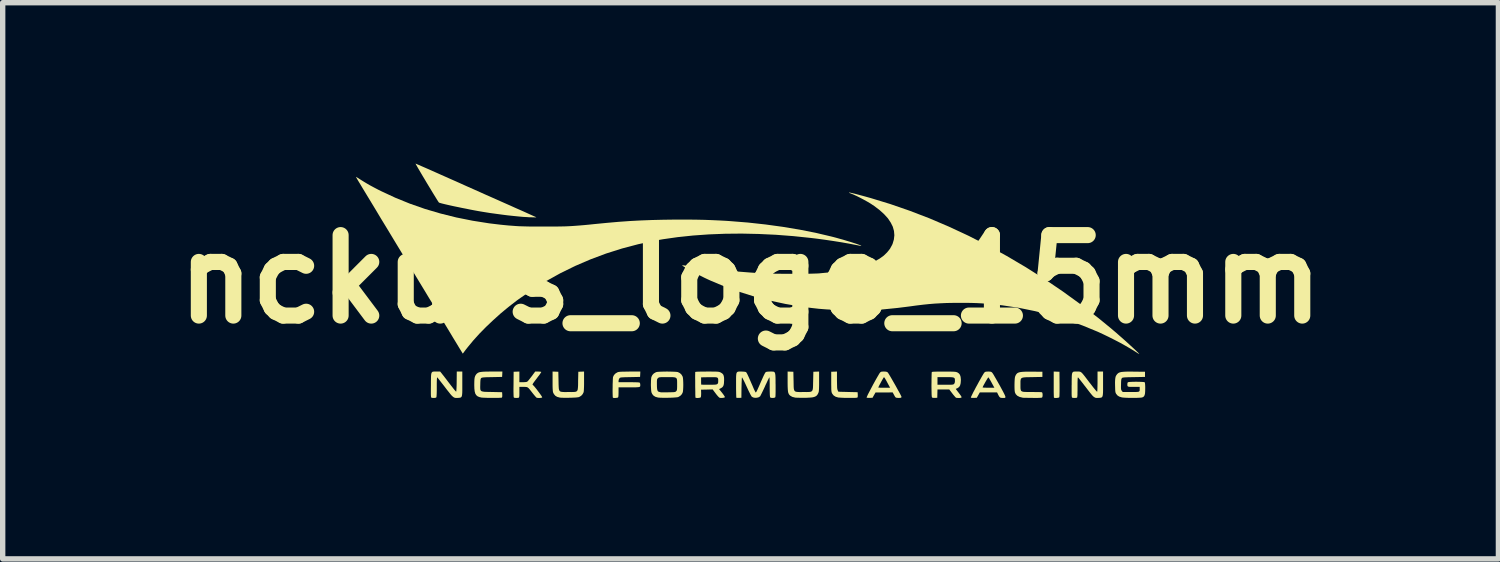
<source format=kicad_pcb>
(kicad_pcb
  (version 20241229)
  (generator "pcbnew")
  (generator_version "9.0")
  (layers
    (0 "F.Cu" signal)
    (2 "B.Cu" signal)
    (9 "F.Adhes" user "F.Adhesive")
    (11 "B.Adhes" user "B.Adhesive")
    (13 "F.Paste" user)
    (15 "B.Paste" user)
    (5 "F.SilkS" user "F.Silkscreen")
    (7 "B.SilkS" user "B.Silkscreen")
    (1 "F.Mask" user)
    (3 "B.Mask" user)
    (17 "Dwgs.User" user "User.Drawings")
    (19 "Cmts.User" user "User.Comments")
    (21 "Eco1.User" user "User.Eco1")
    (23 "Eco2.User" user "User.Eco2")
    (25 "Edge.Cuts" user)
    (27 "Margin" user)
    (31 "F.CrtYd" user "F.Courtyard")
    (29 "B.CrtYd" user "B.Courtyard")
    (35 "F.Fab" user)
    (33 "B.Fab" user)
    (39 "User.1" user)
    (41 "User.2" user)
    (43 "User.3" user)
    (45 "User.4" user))
  (footprint "nckufs_logo_15mm"
    (layer "F.Cu")
    (at 10.943 2.155)
    (property "Reference" "nckufs_logo_15mm" (at 0 0 0) (layer "F.SilkS") (effects (font (size 1.5 1.5) (thickness 0.3))))
    (attr board_only exclude_from_pos_files exclude_from_bom)
    (fp_poly (pts (xy 5.705 1.724) (xy 5.759 1.726) (xy 5.761 1.96) (xy 5.761 2.035) (xy 5.761 2.095) (xy 5.76 2.141) (xy 5.759 2.174) (xy 5.757 2.195) (xy 5.754 2.204) (xy 5.742 2.209) (xy 5.72 2.213) (xy 5.694 2.215) (xy 5.672 2.214) (xy 5.658 2.21) (xy 5.657 2.209) (xy 5.655 2.2) (xy 5.654 2.177) (xy 5.653 2.143) (xy 5.652 2.098) (xy 5.652 2.045) (xy 5.652 1.987) (xy 5.652 1.963) (xy 5.652 1.722)) (stroke (width 0) (type solid)) (fill yes) (layer "F.SilkS"))
    (fp_poly (pts (xy 1.611 1.881) (xy 1.612 1.941) (xy 1.613 1.987) (xy 1.614 2.022) (xy 1.617 2.046) (xy 1.621 2.063) (xy 1.623 2.068) (xy 1.631 2.086) (xy 1.636 2.096) (xy 1.637 2.097) (xy 1.645 2.098) (xy 1.667 2.099) (xy 1.7 2.1) (xy 1.742 2.101) (xy 1.791 2.102) (xy 1.818 2.103) (xy 1.996 2.107) (xy 1.999 2.154) (xy 1.999 2.186) (xy 1.994 2.204) (xy 1.991 2.208) (xy 1.979 2.21) (xy 1.955 2.212) (xy 1.92 2.213) (xy 1.878 2.213) (xy 1.832 2.213) (xy 1.785 2.213) (xy 1.739 2.212) (xy 1.697 2.21) (xy 1.663 2.208) (xy 1.639 2.206) (xy 1.636 2.206) (xy 1.587 2.192) (xy 1.549 2.168) (xy 1.522 2.134) (xy 1.522 2.132) (xy 1.516 2.121) (xy 1.512 2.11) (xy 1.509 2.096) (xy 1.507 2.077) (xy 1.505 2.051) (xy 1.505 2.016) (xy 1.504 1.969) (xy 1.504 1.913) (xy 1.504 1.726) (xy 1.558 1.724) (xy 1.611 1.722)) (stroke (width 0) (type solid)) (fill yes) (layer "F.SilkS"))
    (fp_poly (pts (xy -3.104 1.899) (xy -3.104 1.958) (xy -3.105 2.011) (xy -3.107 2.054) (xy -3.109 2.087) (xy -3.112 2.106) (xy -3.112 2.107) (xy -3.13 2.143) (xy -3.158 2.174) (xy -3.193 2.195) (xy -3.203 2.199) (xy -3.223 2.202) (xy -3.255 2.206) (xy -3.296 2.208) (xy -3.343 2.21) (xy -3.393 2.211) (xy -3.442 2.212) (xy -3.487 2.211) (xy -3.525 2.21) (xy -3.552 2.208) (xy -3.557 2.207) (xy -3.605 2.194) (xy -3.64 2.173) (xy -3.666 2.142) (xy -3.679 2.117) (xy -3.683 2.104) (xy -3.686 2.087) (xy -3.688 2.062) (xy -3.69 2.028) (xy -3.691 1.983) (xy -3.691 1.925) (xy -3.691 1.905) (xy -3.691 1.722) (xy -3.637 1.724) (xy -3.584 1.726) (xy -3.58 1.9) (xy -3.579 1.962) (xy -3.577 2.01) (xy -3.574 2.046) (xy -3.567 2.071) (xy -3.556 2.088) (xy -3.538 2.098) (xy -3.511 2.102) (xy -3.475 2.104) (xy -3.427 2.104) (xy -3.397 2.103) (xy -3.343 2.104) (xy -3.301 2.103) (xy -3.27 2.101) (xy -3.247 2.094) (xy -3.232 2.081) (xy -3.223 2.06) (xy -3.219 2.03) (xy -3.216 1.989) (xy -3.215 1.934) (xy -3.215 1.9) (xy -3.211 1.726) (xy -3.157 1.724) (xy -3.104 1.722)) (stroke (width 0) (type solid)) (fill yes) (layer "F.SilkS"))
    (fp_poly (pts (xy 1.278 1.907) (xy 1.278 1.967) (xy 1.277 2.014) (xy 1.276 2.049) (xy 1.274 2.075) (xy 1.272 2.095) (xy 1.268 2.109) (xy 1.264 2.121) (xy 1.263 2.123) (xy 1.249 2.15) (xy 1.233 2.17) (xy 1.212 2.185) (xy 1.185 2.196) (xy 1.149 2.204) (xy 1.102 2.208) (xy 1.042 2.211) (xy 1.012 2.211) (xy 0.963 2.212) (xy 0.916 2.211) (xy 0.875 2.21) (xy 0.844 2.209) (xy 0.829 2.207) (xy 0.778 2.194) (xy 0.74 2.172) (xy 0.727 2.16) (xy 0.716 2.146) (xy 0.708 2.13) (xy 0.701 2.11) (xy 0.697 2.084) (xy 0.694 2.049) (xy 0.692 2.004) (xy 0.691 1.946) (xy 0.691 1.903) (xy 0.691 1.722) (xy 0.744 1.724) (xy 0.798 1.726) (xy 0.802 1.9) (xy 0.803 1.962) (xy 0.804 2.01) (xy 0.807 2.046) (xy 0.814 2.071) (xy 0.826 2.088) (xy 0.844 2.098) (xy 0.87 2.102) (xy 0.907 2.104) (xy 0.954 2.104) (xy 0.984 2.103) (xy 1.039 2.104) (xy 1.081 2.103) (xy 1.112 2.101) (xy 1.134 2.094) (xy 1.149 2.081) (xy 1.158 2.06) (xy 1.163 2.03) (xy 1.165 1.989) (xy 1.166 1.934) (xy 1.167 1.9) (xy 1.171 1.726) (xy 1.224 1.724) (xy 1.278 1.722)) (stroke (width 0) (type solid)) (fill yes) (layer "F.SilkS"))
    (fp_poly (pts (xy -4.629 1.772) (xy -4.632 1.822) (xy -4.82 1.826) (xy -4.88 1.827) (xy -4.926 1.828) (xy -4.961 1.83) (xy -4.986 1.832) (xy -5.002 1.835) (xy -5.013 1.838) (xy -5.02 1.842) (xy -5.022 1.844) (xy -5.028 1.852) (xy -5.033 1.865) (xy -5.036 1.886) (xy -5.038 1.917) (xy -5.039 1.959) (xy -5.04 2) (xy -5.04 2.032) (xy -5.038 2.057) (xy -5.031 2.074) (xy -5.018 2.087) (xy -4.997 2.094) (xy -4.967 2.099) (xy -4.926 2.101) (xy -4.872 2.102) (xy -4.821 2.103) (xy -4.632 2.107) (xy -4.629 2.154) (xy -4.629 2.186) (xy -4.634 2.204) (xy -4.637 2.208) (xy -4.648 2.21) (xy -4.672 2.211) (xy -4.707 2.213) (xy -4.749 2.213) (xy -4.796 2.213) (xy -4.844 2.213) (xy -4.892 2.213) (xy -4.937 2.211) (xy -4.975 2.21) (xy -5.003 2.208) (xy -5.017 2.207) (xy -5.058 2.197) (xy -5.09 2.183) (xy -5.114 2.162) (xy -5.132 2.133) (xy -5.143 2.093) (xy -5.149 2.042) (xy -5.151 1.977) (xy -5.151 1.969) (xy -5.15 1.911) (xy -5.148 1.866) (xy -5.143 1.832) (xy -5.134 1.805) (xy -5.122 1.784) (xy -5.108 1.766) (xy -5.094 1.754) (xy -5.079 1.744) (xy -5.06 1.736) (xy -5.037 1.731) (xy -5.007 1.727) (xy -4.968 1.724) (xy -4.917 1.723) (xy -4.854 1.722) (xy -4.823 1.722) (xy -4.627 1.722)) (stroke (width 0) (type solid)) (fill yes) (layer "F.SilkS"))
    (fp_poly (pts (xy -2.057 1.772) (xy -2.06 1.822) (xy -2.245 1.826) (xy -2.304 1.827) (xy -2.349 1.828) (xy -2.382 1.83) (xy -2.406 1.831) (xy -2.422 1.834) (xy -2.432 1.837) (xy -2.439 1.841) (xy -2.444 1.847) (xy -2.445 1.848) (xy -2.456 1.87) (xy -2.461 1.894) (xy -2.461 1.921) (xy -2.268 1.921) (xy -2.201 1.921) (xy -2.149 1.922) (xy -2.11 1.923) (xy -2.084 1.925) (xy -2.069 1.928) (xy -2.065 1.93) (xy -2.059 1.945) (xy -2.056 1.965) (xy -2.056 1.965) (xy -2.056 1.981) (xy -2.057 1.993) (xy -2.061 2.002) (xy -2.069 2.008) (xy -2.084 2.012) (xy -2.107 2.014) (xy -2.14 2.016) (xy -2.185 2.016) (xy -2.244 2.016) (xy -2.263 2.016) (xy -2.461 2.016) (xy -2.461 2.106) (xy -2.462 2.153) (xy -2.464 2.186) (xy -2.469 2.203) (xy -2.47 2.205) (xy -2.483 2.21) (xy -2.505 2.213) (xy -2.53 2.215) (xy -2.552 2.214) (xy -2.566 2.21) (xy -2.566 2.209) (xy -2.569 2.199) (xy -2.57 2.176) (xy -2.571 2.143) (xy -2.572 2.102) (xy -2.572 2.055) (xy -2.571 2.007) (xy -2.571 1.959) (xy -2.569 1.914) (xy -2.568 1.875) (xy -2.566 1.844) (xy -2.564 1.825) (xy -2.563 1.822) (xy -2.546 1.787) (xy -2.517 1.757) (xy -2.481 1.736) (xy -2.471 1.732) (xy -2.449 1.728) (xy -2.412 1.725) (xy -2.36 1.724) (xy -2.293 1.723) (xy -2.247 1.722) (xy -2.055 1.722)) (stroke (width 0) (type solid)) (fill yes) (layer "F.SilkS"))
    (fp_poly (pts (xy 5.241 1.724) (xy 5.247 1.724) (xy 5.441 1.726) (xy 5.441 1.774) (xy 5.441 1.822) (xy 5.252 1.826) (xy 5.187 1.827) (xy 5.137 1.828) (xy 5.098 1.831) (xy 5.071 1.836) (xy 5.052 1.845) (xy 5.041 1.858) (xy 5.035 1.877) (xy 5.032 1.903) (xy 5.032 1.937) (xy 5.032 1.968) (xy 5.032 2.009) (xy 5.033 2.04) (xy 5.037 2.064) (xy 5.044 2.081) (xy 5.059 2.092) (xy 5.081 2.099) (xy 5.113 2.102) (xy 5.156 2.103) (xy 5.213 2.103) (xy 5.245 2.103) (xy 5.296 2.104) (xy 5.343 2.104) (xy 5.383 2.105) (xy 5.412 2.106) (xy 5.43 2.108) (xy 5.433 2.108) (xy 5.44 2.119) (xy 5.444 2.139) (xy 5.445 2.163) (xy 5.443 2.187) (xy 5.437 2.203) (xy 5.436 2.205) (xy 5.427 2.209) (xy 5.407 2.211) (xy 5.376 2.213) (xy 5.332 2.214) (xy 5.273 2.214) (xy 5.259 2.213) (xy 5.208 2.213) (xy 5.161 2.212) (xy 5.121 2.211) (xy 5.092 2.211) (xy 5.074 2.21) (xy 5.072 2.209) (xy 5.016 2.195) (xy 4.973 2.173) (xy 4.944 2.143) (xy 4.929 2.111) (xy 4.925 2.088) (xy 4.922 2.053) (xy 4.921 2.011) (xy 4.921 1.965) (xy 4.922 1.919) (xy 4.924 1.877) (xy 4.927 1.842) (xy 4.932 1.817) (xy 4.934 1.812) (xy 4.945 1.787) (xy 4.958 1.768) (xy 4.974 1.752) (xy 4.996 1.741) (xy 5.024 1.733) (xy 5.061 1.728) (xy 5.108 1.725) (xy 5.168 1.724)) (stroke (width 0) (type solid)) (fill yes) (layer "F.SilkS"))
    (fp_poly (pts (xy 4.461 1.723) (xy 4.48 1.726) (xy 4.493 1.732) (xy 4.506 1.744) (xy 4.507 1.746) (xy 4.516 1.758) (xy 4.532 1.783) (xy 4.552 1.818) (xy 4.577 1.861) (xy 4.605 1.91) (xy 4.635 1.963) (xy 4.647 1.984) (xy 4.681 2.047) (xy 4.708 2.097) (xy 4.728 2.136) (xy 4.742 2.165) (xy 4.75 2.186) (xy 4.752 2.2) (xy 4.749 2.208) (xy 4.74 2.213) (xy 4.727 2.214) (xy 4.71 2.214) (xy 4.706 2.214) (xy 4.676 2.213) (xy 4.655 2.208) (xy 4.64 2.194) (xy 4.626 2.171) (xy 4.619 2.158) (xy 4.596 2.111) (xy 4.435 2.111) (xy 4.274 2.111) (xy 4.246 2.161) (xy 4.218 2.211) (xy 4.165 2.213) (xy 4.133 2.213) (xy 4.115 2.211) (xy 4.107 2.205) (xy 4.11 2.196) (xy 4.12 2.175) (xy 4.135 2.144) (xy 4.154 2.105) (xy 4.178 2.061) (xy 4.2 2.018) (xy 4.326 2.018) (xy 4.333 2.02) (xy 4.354 2.022) (xy 4.385 2.023) (xy 4.422 2.024) (xy 4.436 2.024) (xy 4.546 2.024) (xy 4.493 1.927) (xy 4.474 1.892) (xy 4.456 1.862) (xy 4.443 1.841) (xy 4.434 1.831) (xy 4.433 1.83) (xy 4.427 1.837) (xy 4.415 1.855) (xy 4.4 1.88) (xy 4.382 1.91) (xy 4.365 1.941) (xy 4.348 1.971) (xy 4.335 1.996) (xy 4.328 2.013) (xy 4.326 2.018) (xy 4.2 2.018) (xy 4.203 2.013) (xy 4.23 1.964) (xy 4.257 1.914) (xy 4.283 1.868) (xy 4.307 1.825) (xy 4.328 1.789) (xy 4.345 1.761) (xy 4.356 1.744) (xy 4.359 1.741) (xy 4.371 1.731) (xy 4.385 1.725) (xy 4.407 1.723) (xy 4.431 1.722)) (stroke (width 0) (type solid)) (fill yes) (layer "F.SilkS"))
    (fp_poly (pts (xy -6.238 -2.152) (xy -6.217 -2.143) (xy -6.184 -2.129) (xy -6.141 -2.11) (xy -6.088 -2.087) (xy -6.026 -2.06) (xy -5.958 -2.03) (xy -5.884 -1.997) (xy -5.805 -1.962) (xy -5.79 -1.955) (xy -5.711 -1.92) (xy -5.619 -1.879) (xy -5.517 -1.834) (xy -5.407 -1.785) (xy -5.292 -1.733) (xy -5.172 -1.68) (xy -5.051 -1.626) (xy -4.931 -1.572) (xy -4.813 -1.52) (xy -4.7 -1.47) (xy -4.667 -1.455) (xy -4.57 -1.412) (xy -4.477 -1.371) (xy -4.389 -1.331) (xy -4.307 -1.295) (xy -4.232 -1.262) (xy -4.166 -1.232) (xy -4.109 -1.206) (xy -4.062 -1.185) (xy -4.027 -1.169) (xy -4.003 -1.159) (xy -3.994 -1.154) (xy -3.993 -1.154) (xy -3.999 -1.153) (xy -4.018 -1.152) (xy -4.049 -1.153) (xy -4.088 -1.154) (xy -4.134 -1.155) (xy -4.159 -1.157) (xy -4.235 -1.161) (xy -4.323 -1.169) (xy -4.422 -1.179) (xy -4.527 -1.19) (xy -4.637 -1.204) (xy -4.748 -1.219) (xy -4.858 -1.234) (xy -4.964 -1.251) (xy -5.013 -1.259) (xy -5.077 -1.27) (xy -5.148 -1.283) (xy -5.222 -1.297) (xy -5.299 -1.313) (xy -5.377 -1.328) (xy -5.453 -1.344) (xy -5.527 -1.359) (xy -5.595 -1.374) (xy -5.657 -1.388) (xy -5.712 -1.401) (xy -5.756 -1.412) (xy -5.788 -1.421) (xy -5.807 -1.427) (xy -5.809 -1.428) (xy -5.815 -1.436) (xy -5.828 -1.455) (xy -5.847 -1.485) (xy -5.871 -1.524) (xy -5.9 -1.571) (xy -5.932 -1.623) (xy -5.966 -1.68) (xy -6.002 -1.739) (xy -6.039 -1.8) (xy -6.075 -1.861) (xy -6.11 -1.919) (xy -6.143 -1.975) (xy -6.173 -2.026) (xy -6.199 -2.07) (xy -6.22 -2.107) (xy -6.235 -2.134) (xy -6.244 -2.15) (xy -6.245 -2.155)) (stroke (width 0) (type solid)) (fill yes) (layer "F.SilkS"))
    (fp_poly (pts (xy -4.31 1.821) (xy -4.31 1.921) (xy -4.244 1.921) (xy -4.202 1.919) (xy -4.174 1.915) (xy -4.162 1.909) (xy -4.151 1.899) (xy -4.133 1.878) (xy -4.111 1.85) (xy -4.086 1.818) (xy -4.08 1.81) (xy -4.015 1.722) (xy -3.96 1.722) (xy -3.933 1.723) (xy -3.912 1.726) (xy -3.902 1.729) (xy -3.902 1.729) (xy -3.905 1.737) (xy -3.917 1.756) (xy -3.935 1.783) (xy -3.96 1.815) (xy -3.986 1.85) (xy -4.018 1.892) (xy -4.041 1.923) (xy -4.056 1.945) (xy -4.063 1.959) (xy -4.064 1.967) (xy -4.062 1.97) (xy -4.051 1.979) (xy -4.033 1.998) (xy -4.011 2.025) (xy -3.986 2.056) (xy -3.961 2.09) (xy -3.936 2.123) (xy -3.914 2.153) (xy -3.897 2.178) (xy -3.887 2.196) (xy -3.884 2.203) (xy -3.894 2.209) (xy -3.914 2.213) (xy -3.94 2.215) (xy -3.966 2.214) (xy -3.987 2.21) (xy -3.988 2.21) (xy -3.998 2.202) (xy -4.014 2.184) (xy -4.036 2.158) (xy -4.061 2.127) (xy -4.065 2.122) (xy -4.096 2.082) (xy -4.12 2.052) (xy -4.138 2.032) (xy -4.154 2.019) (xy -4.17 2.012) (xy -4.189 2.009) (xy -4.213 2.008) (xy -4.236 2.008) (xy -4.31 2.008) (xy -4.31 2.107) (xy -4.31 2.149) (xy -4.311 2.177) (xy -4.314 2.196) (xy -4.317 2.205) (xy -4.323 2.21) (xy -4.341 2.213) (xy -4.366 2.214) (xy -4.391 2.213) (xy -4.409 2.209) (xy -4.411 2.208) (xy -4.414 2.203) (xy -4.417 2.19) (xy -4.418 2.168) (xy -4.419 2.137) (xy -4.42 2.093) (xy -4.42 2.037) (xy -4.419 1.966) (xy -4.419 1.964) (xy -4.417 1.726) (xy -4.364 1.724) (xy -4.31 1.722)) (stroke (width 0) (type solid)) (fill yes) (layer "F.SilkS"))
    (fp_poly (pts (xy 2.516 1.723) (xy 2.537 1.727) (xy 2.551 1.734) (xy 2.559 1.74) (xy 2.566 1.75) (xy 2.58 1.772) (xy 2.599 1.804) (xy 2.622 1.843) (xy 2.648 1.888) (xy 2.676 1.937) (xy 2.704 1.986) (xy 2.731 2.035) (xy 2.756 2.081) (xy 2.779 2.122) (xy 2.797 2.156) (xy 2.809 2.181) (xy 2.814 2.192) (xy 2.812 2.205) (xy 2.795 2.212) (xy 2.764 2.214) (xy 2.743 2.213) (xy 2.722 2.211) (xy 2.709 2.207) (xy 2.698 2.197) (xy 2.686 2.178) (xy 2.677 2.161) (xy 2.65 2.111) (xy 2.49 2.112) (xy 2.33 2.112) (xy 2.302 2.161) (xy 2.274 2.211) (xy 2.221 2.213) (xy 2.191 2.213) (xy 2.171 2.21) (xy 2.163 2.207) (xy 2.166 2.198) (xy 2.175 2.178) (xy 2.189 2.147) (xy 2.209 2.109) (xy 2.232 2.065) (xy 2.256 2.019) (xy 2.381 2.019) (xy 2.389 2.021) (xy 2.409 2.023) (xy 2.44 2.024) (xy 2.478 2.024) (xy 2.492 2.024) (xy 2.602 2.024) (xy 2.558 1.943) (xy 2.535 1.899) (xy 2.517 1.868) (xy 2.505 1.847) (xy 2.496 1.835) (xy 2.49 1.829) (xy 2.486 1.829) (xy 2.485 1.829) (xy 2.479 1.837) (xy 2.468 1.856) (xy 2.452 1.883) (xy 2.435 1.914) (xy 2.418 1.946) (xy 2.402 1.975) (xy 2.39 2) (xy 2.382 2.016) (xy 2.381 2.019) (xy 2.256 2.019) (xy 2.257 2.018) (xy 2.283 1.968) (xy 2.31 1.919) (xy 2.336 1.872) (xy 2.36 1.83) (xy 2.381 1.794) (xy 2.397 1.766) (xy 2.409 1.748) (xy 2.411 1.745) (xy 2.423 1.733) (xy 2.435 1.726) (xy 2.453 1.723) (xy 2.482 1.722) (xy 2.485 1.722)) (stroke (width 0) (type solid)) (fill yes) (layer "F.SilkS"))
    (fp_poly (pts (xy -5.87 1.722) (xy -5.857 1.722) (xy -5.787 1.722) (xy -5.759 1.756) (xy -5.747 1.772) (xy -5.726 1.798) (xy -5.699 1.833) (xy -5.668 1.873) (xy -5.635 1.917) (xy -5.614 1.944) (xy -5.581 1.987) (xy -5.551 2.025) (xy -5.526 2.057) (xy -5.506 2.08) (xy -5.493 2.094) (xy -5.489 2.097) (xy -5.486 2.089) (xy -5.484 2.066) (xy -5.482 2.029) (xy -5.48 1.981) (xy -5.479 1.921) (xy -5.479 1.909) (xy -5.477 1.722) (xy -5.425 1.722) (xy -5.374 1.722) (xy -5.374 1.948) (xy -5.374 2.019) (xy -5.374 2.075) (xy -5.375 2.12) (xy -5.378 2.153) (xy -5.382 2.176) (xy -5.389 2.193) (xy -5.398 2.203) (xy -5.411 2.208) (xy -5.427 2.211) (xy -5.447 2.213) (xy -5.451 2.213) (xy -5.475 2.214) (xy -5.496 2.214) (xy -5.514 2.211) (xy -5.531 2.204) (xy -5.549 2.191) (xy -5.57 2.172) (xy -5.594 2.145) (xy -5.623 2.108) (xy -5.66 2.062) (xy -5.695 2.016) (xy -5.731 1.969) (xy -5.764 1.927) (xy -5.793 1.89) (xy -5.816 1.86) (xy -5.833 1.84) (xy -5.841 1.83) (xy -5.842 1.83) (xy -5.845 1.836) (xy -5.847 1.857) (xy -5.849 1.894) (xy -5.85 1.947) (xy -5.85 2.01) (xy -5.85 2.076) (xy -5.851 2.126) (xy -5.853 2.164) (xy -5.855 2.189) (xy -5.858 2.202) (xy -5.859 2.205) (xy -5.873 2.211) (xy -5.896 2.214) (xy -5.922 2.214) (xy -5.943 2.211) (xy -5.951 2.208) (xy -5.955 2.203) (xy -5.957 2.191) (xy -5.959 2.17) (xy -5.96 2.14) (xy -5.96 2.098) (xy -5.96 2.044) (xy -5.959 1.975) (xy -5.959 1.973) (xy -5.959 1.903) (xy -5.958 1.848) (xy -5.957 1.805) (xy -5.954 1.773) (xy -5.949 1.751) (xy -5.941 1.736) (xy -5.93 1.727) (xy -5.915 1.723) (xy -5.895 1.722)) (stroke (width 0) (type solid)) (fill yes) (layer "F.SilkS"))
    (fp_poly (pts (xy 3.668 1.723) (xy 3.72 1.723) (xy 3.76 1.724) (xy 3.79 1.725) (xy 3.813 1.727) (xy 3.829 1.729) (xy 3.842 1.733) (xy 3.854 1.737) (xy 3.856 1.738) (xy 3.884 1.757) (xy 3.904 1.783) (xy 3.916 1.82) (xy 3.921 1.869) (xy 3.921 1.885) (xy 3.917 1.939) (xy 3.907 1.98) (xy 3.889 2.009) (xy 3.862 2.029) (xy 3.86 2.03) (xy 3.841 2.039) (xy 3.828 2.044) (xy 3.827 2.045) (xy 3.83 2.052) (xy 3.842 2.068) (xy 3.86 2.092) (xy 3.881 2.119) (xy 3.907 2.153) (xy 3.925 2.179) (xy 3.934 2.197) (xy 3.934 2.203) (xy 3.925 2.21) (xy 3.905 2.214) (xy 3.886 2.215) (xy 3.86 2.214) (xy 3.838 2.212) (xy 3.831 2.21) (xy 3.821 2.202) (xy 3.805 2.184) (xy 3.783 2.158) (xy 3.761 2.13) (xy 3.705 2.056) (xy 3.595 2.056) (xy 3.485 2.056) (xy 3.483 2.133) (xy 3.481 2.211) (xy 3.437 2.213) (xy 3.406 2.212) (xy 3.387 2.208) (xy 3.383 2.205) (xy 3.38 2.198) (xy 3.378 2.182) (xy 3.376 2.156) (xy 3.375 2.118) (xy 3.374 2.068) (xy 3.373 2.004) (xy 3.373 1.972) (xy 3.374 1.913) (xy 3.374 1.859) (xy 3.375 1.826) (xy 3.485 1.826) (xy 3.485 1.897) (xy 3.485 1.968) (xy 3.631 1.968) (xy 3.683 1.968) (xy 3.722 1.968) (xy 3.749 1.967) (xy 3.768 1.965) (xy 3.78 1.962) (xy 3.788 1.958) (xy 3.794 1.953) (xy 3.805 1.936) (xy 3.81 1.912) (xy 3.81 1.896) (xy 3.81 1.873) (xy 3.807 1.856) (xy 3.801 1.843) (xy 3.788 1.835) (xy 3.768 1.83) (xy 3.737 1.827) (xy 3.695 1.826) (xy 3.639 1.826) (xy 3.634 1.826) (xy 3.485 1.826) (xy 3.375 1.826) (xy 3.375 1.812) (xy 3.376 1.775) (xy 3.377 1.748) (xy 3.378 1.736) (xy 3.378 1.735) (xy 3.381 1.731) (xy 3.388 1.728) (xy 3.401 1.726) (xy 3.421 1.725) (xy 3.45 1.724) (xy 3.49 1.723) (xy 3.542 1.723) (xy 3.602 1.723)) (stroke (width 0) (type solid)) (fill yes) (layer "F.SilkS"))
    (fp_poly (pts (xy 6.138 1.724) (xy 6.151 1.728) (xy 6.164 1.736) (xy 6.179 1.749) (xy 6.197 1.769) (xy 6.219 1.796) (xy 6.247 1.832) (xy 6.282 1.878) (xy 6.325 1.935) (xy 6.326 1.935) (xy 6.36 1.979) (xy 6.391 2.019) (xy 6.419 2.053) (xy 6.44 2.078) (xy 6.455 2.094) (xy 6.462 2.099) (xy 6.462 2.099) (xy 6.464 2.09) (xy 6.466 2.067) (xy 6.467 2.033) (xy 6.468 1.988) (xy 6.469 1.936) (xy 6.469 1.909) (xy 6.469 1.722) (xy 6.521 1.722) (xy 6.572 1.722) (xy 6.572 1.948) (xy 6.572 2.019) (xy 6.572 2.075) (xy 6.571 2.12) (xy 6.568 2.153) (xy 6.564 2.176) (xy 6.557 2.193) (xy 6.548 2.203) (xy 6.535 2.208) (xy 6.519 2.211) (xy 6.499 2.213) (xy 6.495 2.213) (xy 6.47 2.214) (xy 6.45 2.214) (xy 6.431 2.211) (xy 6.414 2.203) (xy 6.396 2.191) (xy 6.375 2.171) (xy 6.351 2.143) (xy 6.321 2.106) (xy 6.284 2.058) (xy 6.255 2.02) (xy 6.219 1.974) (xy 6.186 1.931) (xy 6.157 1.894) (xy 6.134 1.865) (xy 6.117 1.844) (xy 6.108 1.834) (xy 6.108 1.833) (xy 6.104 1.832) (xy 6.101 1.835) (xy 6.099 1.846) (xy 6.098 1.865) (xy 6.097 1.893) (xy 6.096 1.934) (xy 6.096 1.988) (xy 6.096 2.014) (xy 6.096 2.075) (xy 6.095 2.122) (xy 6.095 2.156) (xy 6.093 2.18) (xy 6.091 2.196) (xy 6.089 2.205) (xy 6.085 2.209) (xy 6.083 2.21) (xy 6.065 2.213) (xy 6.04 2.214) (xy 6.015 2.213) (xy 5.997 2.209) (xy 5.994 2.208) (xy 5.991 2.203) (xy 5.989 2.191) (xy 5.987 2.17) (xy 5.986 2.14) (xy 5.986 2.098) (xy 5.986 2.044) (xy 5.986 1.975) (xy 5.987 1.973) (xy 5.987 1.903) (xy 5.988 1.848) (xy 5.989 1.805) (xy 5.992 1.773) (xy 5.997 1.751) (xy 6.005 1.736) (xy 6.016 1.727) (xy 6.031 1.723) (xy 6.05 1.722) (xy 6.075 1.722) (xy 6.088 1.722) (xy 6.108 1.722) (xy 6.124 1.722)) (stroke (width 0) (type solid)) (fill yes) (layer "F.SilkS"))
    (fp_poly (pts (xy -0.746 1.722) (xy -0.695 1.723) (xy -0.655 1.723) (xy -0.626 1.724) (xy -0.604 1.726) (xy -0.588 1.728) (xy -0.575 1.732) (xy -0.565 1.736) (xy -0.556 1.74) (xy -0.529 1.757) (xy -0.511 1.776) (xy -0.5 1.802) (xy -0.494 1.837) (xy -0.493 1.884) (xy -0.494 1.895) (xy -0.496 1.941) (xy -0.502 1.975) (xy -0.513 1.999) (xy -0.53 2.018) (xy -0.554 2.033) (xy -0.558 2.035) (xy -0.587 2.049) (xy -0.531 2.118) (xy -0.509 2.147) (xy -0.492 2.172) (xy -0.481 2.19) (xy -0.478 2.199) (xy -0.487 2.206) (xy -0.506 2.211) (xy -0.532 2.214) (xy -0.558 2.214) (xy -0.576 2.211) (xy -0.588 2.203) (xy -0.606 2.185) (xy -0.629 2.158) (xy -0.65 2.131) (xy -0.707 2.055) (xy -0.815 2.058) (xy -0.923 2.06) (xy -0.921 2.126) (xy -0.922 2.165) (xy -0.925 2.191) (xy -0.929 2.203) (xy -0.941 2.209) (xy -0.963 2.213) (xy -0.988 2.215) (xy -1.011 2.214) (xy -1.025 2.21) (xy -1.027 2.208) (xy -1.028 2.199) (xy -1.029 2.177) (xy -1.03 2.143) (xy -1.03 2.101) (xy -1.031 2.052) (xy -1.032 1.999) (xy -1.032 1.945) (xy -1.032 1.891) (xy -1.033 1.84) (xy -1.033 1.83) (xy -0.922 1.83) (xy -0.922 1.895) (xy -0.922 1.926) (xy -0.921 1.95) (xy -0.921 1.963) (xy -0.921 1.965) (xy -0.913 1.966) (xy -0.892 1.967) (xy -0.861 1.968) (xy -0.821 1.968) (xy -0.78 1.968) (xy -0.727 1.968) (xy -0.687 1.967) (xy -0.659 1.966) (xy -0.639 1.963) (xy -0.627 1.959) (xy -0.621 1.956) (xy -0.611 1.946) (xy -0.605 1.932) (xy -0.603 1.908) (xy -0.603 1.898) (xy -0.603 1.874) (xy -0.605 1.856) (xy -0.611 1.843) (xy -0.622 1.834) (xy -0.641 1.829) (xy -0.669 1.827) (xy -0.709 1.827) (xy -0.762 1.827) (xy -0.773 1.827) (xy -0.922 1.83) (xy -1.033 1.83) (xy -1.033 1.795) (xy -1.032 1.757) (xy -1.032 1.732) (xy -1.029 1.729) (xy -1.017 1.727) (xy -0.997 1.725) (xy -0.965 1.724) (xy -0.922 1.723) (xy -0.865 1.723) (xy -0.811 1.722)) (stroke (width 0) (type solid)) (fill yes) (layer "F.SilkS"))
    (fp_poly (pts (xy 7.106 1.723) (xy 7.152 1.724) (xy 7.354 1.726) (xy 7.354 1.774) (xy 7.354 1.822) (xy 7.146 1.826) (xy 7.082 1.827) (xy 7.033 1.828) (xy 6.995 1.83) (xy 6.968 1.831) (xy 6.949 1.834) (xy 6.936 1.836) (xy 6.928 1.84) (xy 6.924 1.844) (xy 6.918 1.852) (xy 6.913 1.865) (xy 6.91 1.886) (xy 6.908 1.917) (xy 6.907 1.959) (xy 6.906 2.001) (xy 6.906 2.031) (xy 6.908 2.051) (xy 6.911 2.065) (xy 6.917 2.075) (xy 6.921 2.082) (xy 6.939 2.103) (xy 7.092 2.103) (xy 7.147 2.103) (xy 7.188 2.103) (xy 7.217 2.101) (xy 7.236 2.098) (xy 7.247 2.091) (xy 7.253 2.082) (xy 7.255 2.068) (xy 7.255 2.049) (xy 7.255 2.043) (xy 7.255 2.008) (xy 7.145 2.008) (xy 7.099 2.008) (xy 7.066 2.007) (xy 7.045 2.004) (xy 7.033 1.998) (xy 7.027 1.988) (xy 7.025 1.973) (xy 7.025 1.958) (xy 7.027 1.937) (xy 7.034 1.922) (xy 7.034 1.922) (xy 7.046 1.919) (xy 7.07 1.916) (xy 7.103 1.914) (xy 7.144 1.913) (xy 7.187 1.912) (xy 7.231 1.913) (xy 7.272 1.914) (xy 7.308 1.916) (xy 7.334 1.918) (xy 7.348 1.922) (xy 7.349 1.922) (xy 7.353 1.935) (xy 7.356 1.963) (xy 7.358 2.005) (xy 7.358 2.036) (xy 7.357 2.09) (xy 7.354 2.131) (xy 7.347 2.161) (xy 7.336 2.182) (xy 7.321 2.196) (xy 7.303 2.204) (xy 7.283 2.208) (xy 7.252 2.21) (xy 7.21 2.212) (xy 7.162 2.213) (xy 7.111 2.213) (xy 7.059 2.213) (xy 7.011 2.211) (xy 6.968 2.209) (xy 6.935 2.206) (xy 6.919 2.203) (xy 6.874 2.189) (xy 6.841 2.168) (xy 6.815 2.136) (xy 6.814 2.134) (xy 6.808 2.122) (xy 6.803 2.107) (xy 6.8 2.086) (xy 6.798 2.057) (xy 6.797 2.017) (xy 6.796 1.985) (xy 6.795 1.925) (xy 6.797 1.877) (xy 6.801 1.841) (xy 6.808 1.812) (xy 6.82 1.79) (xy 6.835 1.77) (xy 6.839 1.766) (xy 6.853 1.753) (xy 6.869 1.743) (xy 6.889 1.736) (xy 6.914 1.73) (xy 6.946 1.727) (xy 6.988 1.724) (xy 7.04 1.723)) (stroke (width 0) (type solid)) (fill yes) (layer "F.SilkS"))
    (fp_poly (pts (xy -1.506 1.723) (xy -1.457 1.724) (xy -1.413 1.726) (xy -1.379 1.728) (xy -1.357 1.732) (xy -1.355 1.732) (xy -1.317 1.751) (xy -1.286 1.781) (xy -1.265 1.819) (xy -1.264 1.823) (xy -1.26 1.846) (xy -1.257 1.88) (xy -1.255 1.923) (xy -1.254 1.969) (xy -1.255 2.015) (xy -1.257 2.056) (xy -1.26 2.089) (xy -1.263 2.107) (xy -1.28 2.143) (xy -1.309 2.174) (xy -1.344 2.195) (xy -1.354 2.199) (xy -1.373 2.202) (xy -1.405 2.205) (xy -1.446 2.208) (xy -1.494 2.21) (xy -1.544 2.211) (xy -1.595 2.212) (xy -1.641 2.211) (xy -1.682 2.21) (xy -1.712 2.208) (xy -1.723 2.207) (xy -1.771 2.194) (xy -1.807 2.173) (xy -1.833 2.142) (xy -1.845 2.117) (xy -1.85 2.097) (xy -1.854 2.064) (xy -1.856 2.024) (xy -1.858 1.978) (xy -1.858 1.96) (xy -1.746 1.96) (xy -1.745 2.011) (xy -1.742 2.048) (xy -1.736 2.073) (xy -1.727 2.09) (xy -1.714 2.098) (xy -1.707 2.1) (xy -1.689 2.105) (xy -1.679 2.108) (xy -1.669 2.109) (xy -1.645 2.109) (xy -1.612 2.11) (xy -1.571 2.11) (xy -1.538 2.109) (xy -1.489 2.108) (xy -1.453 2.107) (xy -1.429 2.106) (xy -1.412 2.103) (xy -1.401 2.1) (xy -1.393 2.094) (xy -1.387 2.089) (xy -1.38 2.081) (xy -1.375 2.072) (xy -1.372 2.058) (xy -1.37 2.037) (xy -1.369 2.006) (xy -1.369 1.964) (xy -1.369 1.92) (xy -1.37 1.887) (xy -1.374 1.862) (xy -1.383 1.845) (xy -1.398 1.835) (xy -1.422 1.829) (xy -1.457 1.826) (xy -1.504 1.826) (xy -1.557 1.826) (xy -1.609 1.826) (xy -1.648 1.826) (xy -1.676 1.827) (xy -1.695 1.829) (xy -1.708 1.832) (xy -1.716 1.836) (xy -1.723 1.842) (xy -1.727 1.845) (xy -1.735 1.854) (xy -1.741 1.864) (xy -1.744 1.878) (xy -1.746 1.9) (xy -1.746 1.931) (xy -1.746 1.96) (xy -1.858 1.96) (xy -1.857 1.932) (xy -1.856 1.888) (xy -1.853 1.851) (xy -1.849 1.824) (xy -1.848 1.822) (xy -1.831 1.787) (xy -1.803 1.757) (xy -1.767 1.736) (xy -1.756 1.732) (xy -1.736 1.728) (xy -1.703 1.726) (xy -1.66 1.724) (xy -1.611 1.723) (xy -1.559 1.722)) (stroke (width 0) (type solid)) (fill yes) (layer "F.SilkS"))
    (fp_poly (pts (xy 0.415 1.723) (xy 0.432 1.725) (xy 0.444 1.732) (xy 0.453 1.744) (xy 0.459 1.763) (xy 0.463 1.791) (xy 0.465 1.829) (xy 0.466 1.879) (xy 0.466 1.943) (xy 0.467 1.969) (xy 0.467 2.041) (xy 0.467 2.099) (xy 0.466 2.143) (xy 0.465 2.174) (xy 0.463 2.194) (xy 0.46 2.203) (xy 0.46 2.203) (xy 0.446 2.21) (xy 0.423 2.214) (xy 0.397 2.214) (xy 0.376 2.21) (xy 0.367 2.205) (xy 0.363 2.196) (xy 0.361 2.177) (xy 0.359 2.146) (xy 0.358 2.102) (xy 0.357 2.043) (xy 0.357 2.009) (xy 0.357 1.947) (xy 0.356 1.898) (xy 0.355 1.861) (xy 0.353 1.838) (xy 0.35 1.83) (xy 0.35 1.83) (xy 0.344 1.839) (xy 0.334 1.861) (xy 0.318 1.892) (xy 0.3 1.932) (xy 0.278 1.977) (xy 0.267 2.003) (xy 0.244 2.052) (xy 0.223 2.096) (xy 0.205 2.133) (xy 0.19 2.162) (xy 0.181 2.18) (xy 0.178 2.184) (xy 0.153 2.201) (xy 0.119 2.21) (xy 0.083 2.212) (xy 0.049 2.205) (xy 0.022 2.19) (xy 0.021 2.188) (xy 0.013 2.176) (xy -0.001 2.152) (xy -0.018 2.118) (xy -0.039 2.076) (xy -0.061 2.028) (xy -0.075 1.998) (xy -0.097 1.95) (xy -0.117 1.908) (xy -0.135 1.873) (xy -0.148 1.848) (xy -0.157 1.834) (xy -0.16 1.831) (xy -0.162 1.841) (xy -0.164 1.864) (xy -0.165 1.898) (xy -0.167 1.942) (xy -0.168 1.992) (xy -0.169 2.024) (xy -0.171 2.211) (xy -0.215 2.213) (xy -0.24 2.213) (xy -0.258 2.212) (xy -0.264 2.21) (xy -0.266 2.201) (xy -0.267 2.178) (xy -0.268 2.143) (xy -0.269 2.098) (xy -0.27 2.046) (xy -0.27 1.989) (xy -0.27 1.976) (xy -0.27 1.906) (xy -0.27 1.85) (xy -0.269 1.807) (xy -0.266 1.774) (xy -0.262 1.752) (xy -0.254 1.737) (xy -0.243 1.728) (xy -0.228 1.723) (xy -0.209 1.722) (xy -0.184 1.722) (xy -0.17 1.722) (xy -0.129 1.724) (xy -0.1 1.727) (xy -0.085 1.732) (xy -0.079 1.738) (xy -0.072 1.75) (xy -0.062 1.767) (xy -0.05 1.792) (xy -0.034 1.827) (xy -0.014 1.872) (xy 0.011 1.93) (xy 0.036 1.986) (xy 0.053 2.027) (xy 0.069 2.063) (xy 0.083 2.09) (xy 0.092 2.107) (xy 0.095 2.111) (xy 0.1 2.11) (xy 0.105 2.105) (xy 0.111 2.095) (xy 0.12 2.078) (xy 0.132 2.053) (xy 0.148 2.017) (xy 0.169 1.97) (xy 0.19 1.921) (xy 0.212 1.872) (xy 0.232 1.827) (xy 0.25 1.788) (xy 0.265 1.759) (xy 0.276 1.741) (xy 0.279 1.736) (xy 0.291 1.729) (xy 0.309 1.725) (xy 0.337 1.723) (xy 0.364 1.722) (xy 0.392 1.722)) (stroke (width 0) (type solid)) (fill yes) (layer "F.SilkS"))
    (fp_poly (pts (xy -7.352 -1.906) (xy -7.335 -1.896) (xy -7.31 -1.881) (xy -7.281 -1.862) (xy -7.217 -1.822) (xy -7.154 -1.784) (xy -7.088 -1.746) (xy -7.015 -1.707) (xy -6.933 -1.664) (xy -6.882 -1.639) (xy -6.622 -1.518) (xy -6.351 -1.408) (xy -6.071 -1.31) (xy -5.783 -1.225) (xy -5.486 -1.151) (xy -5.182 -1.09) (xy -4.872 -1.041) (xy -4.663 -1.016) (xy -4.584 -1.008) (xy -4.511 -1.001) (xy -4.443 -0.996) (xy -4.377 -0.991) (xy -4.31 -0.987) (xy -4.241 -0.985) (xy -4.166 -0.983) (xy -4.084 -0.981) (xy -3.992 -0.981) (xy -3.887 -0.981) (xy -3.842 -0.981) (xy -3.733 -0.981) (xy -3.637 -0.981) (xy -3.551 -0.983) (xy -3.473 -0.984) (xy -3.399 -0.987) (xy -3.327 -0.991) (xy -3.254 -0.996) (xy -3.177 -1.002) (xy -3.094 -1.009) (xy -3.001 -1.018) (xy -2.905 -1.028) (xy -2.678 -1.05) (xy -2.462 -1.069) (xy -2.253 -1.084) (xy -2.048 -1.095) (xy -1.842 -1.103) (xy -1.631 -1.108) (xy -1.412 -1.111) (xy -1.304 -1.111) (xy -1.143 -1.111) (xy -0.994 -1.109) (xy -0.855 -1.106) (xy -0.721 -1.101) (xy -0.589 -1.095) (xy -0.457 -1.088) (xy -0.385 -1.083) (xy -0.049 -1.056) (xy 0.279 -1.02) (xy 0.6 -0.976) (xy 0.912 -0.924) (xy 1.212 -0.865) (xy 1.5 -0.797) (xy 1.548 -0.785) (xy 1.604 -0.77) (xy 1.664 -0.753) (xy 1.726 -0.736) (xy 1.788 -0.717) (xy 1.849 -0.699) (xy 1.906 -0.681) (xy 1.956 -0.665) (xy 1.999 -0.65) (xy 2.032 -0.638) (xy 2.053 -0.63) (xy 2.059 -0.626) (xy 2.063 -0.623) (xy 2.064 -0.62) (xy 2.059 -0.62) (xy 2.047 -0.622) (xy 2.025 -0.626) (xy 1.991 -0.633) (xy 1.965 -0.638) (xy 1.835 -0.663) (xy 1.693 -0.688) (xy 1.542 -0.712) (xy 1.387 -0.735) (xy 1.231 -0.756) (xy 1.123 -0.769) (xy 0.797 -0.803) (xy 0.472 -0.828) (xy 0.151 -0.843) (xy -0.165 -0.85) (xy -0.475 -0.847) (xy -0.779 -0.835) (xy -1.073 -0.814) (xy -1.358 -0.784) (xy -1.632 -0.745) (xy -1.786 -0.718) (xy -2.094 -0.652) (xy -2.397 -0.572) (xy -2.694 -0.478) (xy -2.985 -0.369) (xy -3.269 -0.247) (xy -3.546 -0.111) (xy -3.815 0.038) (xy -4.075 0.2) (xy -4.326 0.375) (xy -4.366 0.404) (xy -4.513 0.518) (xy -4.658 0.638) (xy -4.797 0.763) (xy -4.93 0.889) (xy -5.054 1.015) (xy -5.168 1.141) (xy -5.269 1.263) (xy -5.307 1.311) (xy -5.365 1.388) (xy -5.39 1.347) (xy -5.398 1.334) (xy -5.414 1.308) (xy -5.438 1.269) (xy -5.468 1.219) (xy -5.505 1.158) (xy -5.549 1.086) (xy -5.598 1.004) (xy -5.653 0.913) (xy -5.713 0.814) (xy -5.778 0.707) (xy -5.848 0.592) (xy -5.921 0.47) (xy -5.999 0.343) (xy -6.079 0.21) (xy -6.163 0.072) (xy -6.249 -0.07) (xy -6.337 -0.216) (xy -6.427 -0.365) (xy -6.518 -0.516) (xy -6.611 -0.669) (xy -6.704 -0.823) (xy -6.797 -0.977) (xy -6.891 -1.131) (xy -6.983 -1.285) (xy -7.075 -1.437) (xy -7.166 -1.587) (xy -7.232 -1.696) (xy -7.263 -1.748) (xy -7.292 -1.796) (xy -7.317 -1.837) (xy -7.336 -1.87) (xy -7.35 -1.894) (xy -7.357 -1.907) (xy -7.358 -1.908)) (stroke (width 0) (type solid)) (fill yes) (layer "F.SilkS"))
    (fp_poly (pts (xy 1.845 -1.616) (xy 1.868 -1.611) (xy 1.903 -1.603) (xy 1.949 -1.592) (xy 2.005 -1.577) (xy 2.068 -1.56) (xy 2.138 -1.541) (xy 2.213 -1.52) (xy 2.242 -1.512) (xy 2.605 -1.401) (xy 2.969 -1.275) (xy 3.334 -1.135) (xy 3.697 -0.98) (xy 4.06 -0.811) (xy 4.42 -0.628) (xy 4.776 -0.433) (xy 5.129 -0.225) (xy 5.477 -0.005) (xy 5.819 0.227) (xy 6.155 0.47) (xy 6.483 0.723) (xy 6.719 0.916) (xy 6.767 0.957) (xy 6.818 1) (xy 6.871 1.047) (xy 6.925 1.094) (xy 6.979 1.142) (xy 7.031 1.189) (xy 7.08 1.234) (xy 7.126 1.276) (xy 7.166 1.313) (xy 7.199 1.345) (xy 7.225 1.37) (xy 7.241 1.387) (xy 7.247 1.396) (xy 7.247 1.396) (xy 7.239 1.392) (xy 7.221 1.382) (xy 7.195 1.365) (xy 7.168 1.348) (xy 7.086 1.297) (xy 6.993 1.243) (xy 6.891 1.186) (xy 6.783 1.13) (xy 6.674 1.075) (xy 6.566 1.023) (xy 6.473 0.98) (xy 6.191 0.864) (xy 5.902 0.761) (xy 5.606 0.671) (xy 5.306 0.596) (xy 5.002 0.534) (xy 4.697 0.488) (xy 4.604 0.477) (xy 4.502 0.466) (xy 4.407 0.458) (xy 4.315 0.451) (xy 4.222 0.446) (xy 4.125 0.443) (xy 4.019 0.441) (xy 3.902 0.441) (xy 3.901 0.441) (xy 3.774 0.442) (xy 3.656 0.444) (xy 3.545 0.449) (xy 3.436 0.455) (xy 3.327 0.464) (xy 3.212 0.476) (xy 3.089 0.491) (xy 2.965 0.508) (xy 2.894 0.517) (xy 2.821 0.526) (xy 2.741 0.536) (xy 2.652 0.545) (xy 2.553 0.555) (xy 2.441 0.566) (xy 2.425 0.567) (xy 2.407 0.568) (xy 2.375 0.569) (xy 2.331 0.571) (xy 2.277 0.572) (xy 2.214 0.573) (xy 2.146 0.575) (xy 2.073 0.576) (xy 2.036 0.576) (xy 1.865 0.578) (xy 1.707 0.576) (xy 1.558 0.571) (xy 1.414 0.563) (xy 1.273 0.552) (xy 1.132 0.536) (xy 0.987 0.518) (xy 0.945 0.512) (xy 0.648 0.461) (xy 0.356 0.398) (xy 0.068 0.323) (xy -0.212 0.235) (xy -0.485 0.136) (xy -0.747 0.026) (xy -0.806 -0.001) (xy -0.861 -0.027) (xy -0.918 -0.056) (xy -0.977 -0.085) (xy -1.034 -0.115) (xy -1.089 -0.145) (xy -1.14 -0.173) (xy -1.186 -0.198) (xy -1.223 -0.221) (xy -1.252 -0.239) (xy -1.27 -0.252) (xy -1.275 -0.259) (xy -1.275 -0.259) (xy -1.267 -0.259) (xy -1.245 -0.257) (xy -1.213 -0.254) (xy -1.173 -0.248) (xy -1.134 -0.243) (xy -0.87 -0.208) (xy -0.594 -0.176) (xy -0.309 -0.148) (xy -0.019 -0.125) (xy 0.206 -0.109) (xy 0.258 -0.107) (xy 0.323 -0.105) (xy 0.397 -0.103) (xy 0.479 -0.102) (xy 0.568 -0.101) (xy 0.659 -0.1) (xy 0.753 -0.1) (xy 0.846 -0.1) (xy 0.937 -0.1) (xy 1.023 -0.101) (xy 1.103 -0.102) (xy 1.173 -0.104) (xy 1.233 -0.106) (xy 1.28 -0.108) (xy 1.294 -0.11) (xy 1.483 -0.128) (xy 1.657 -0.15) (xy 1.817 -0.177) (xy 1.962 -0.209) (xy 2.093 -0.245) (xy 2.21 -0.286) (xy 2.314 -0.332) (xy 2.404 -0.382) (xy 2.482 -0.438) (xy 2.546 -0.5) (xy 2.599 -0.566) (xy 2.639 -0.639) (xy 2.648 -0.659) (xy 2.672 -0.739) (xy 2.681 -0.819) (xy 2.674 -0.899) (xy 2.652 -0.978) (xy 2.613 -1.056) (xy 2.56 -1.135) (xy 2.49 -1.212) (xy 2.406 -1.288) (xy 2.306 -1.364) (xy 2.237 -1.41) (xy 2.178 -1.445) (xy 2.113 -1.481) (xy 2.045 -1.517) (xy 1.977 -1.551) (xy 1.913 -1.58) (xy 1.858 -1.602) (xy 1.846 -1.606) (xy 1.836 -1.612) (xy 1.836 -1.616)) (stroke (width 0) (type solid)) (fill yes) (layer "F.SilkS")))
  (gr_rect
    (start -3 -3)
    (end 24.886 7.37)
    (stroke (width 0.1) (type default))
    (fill no)
    (layer "Edge.Cuts")))
</source>
